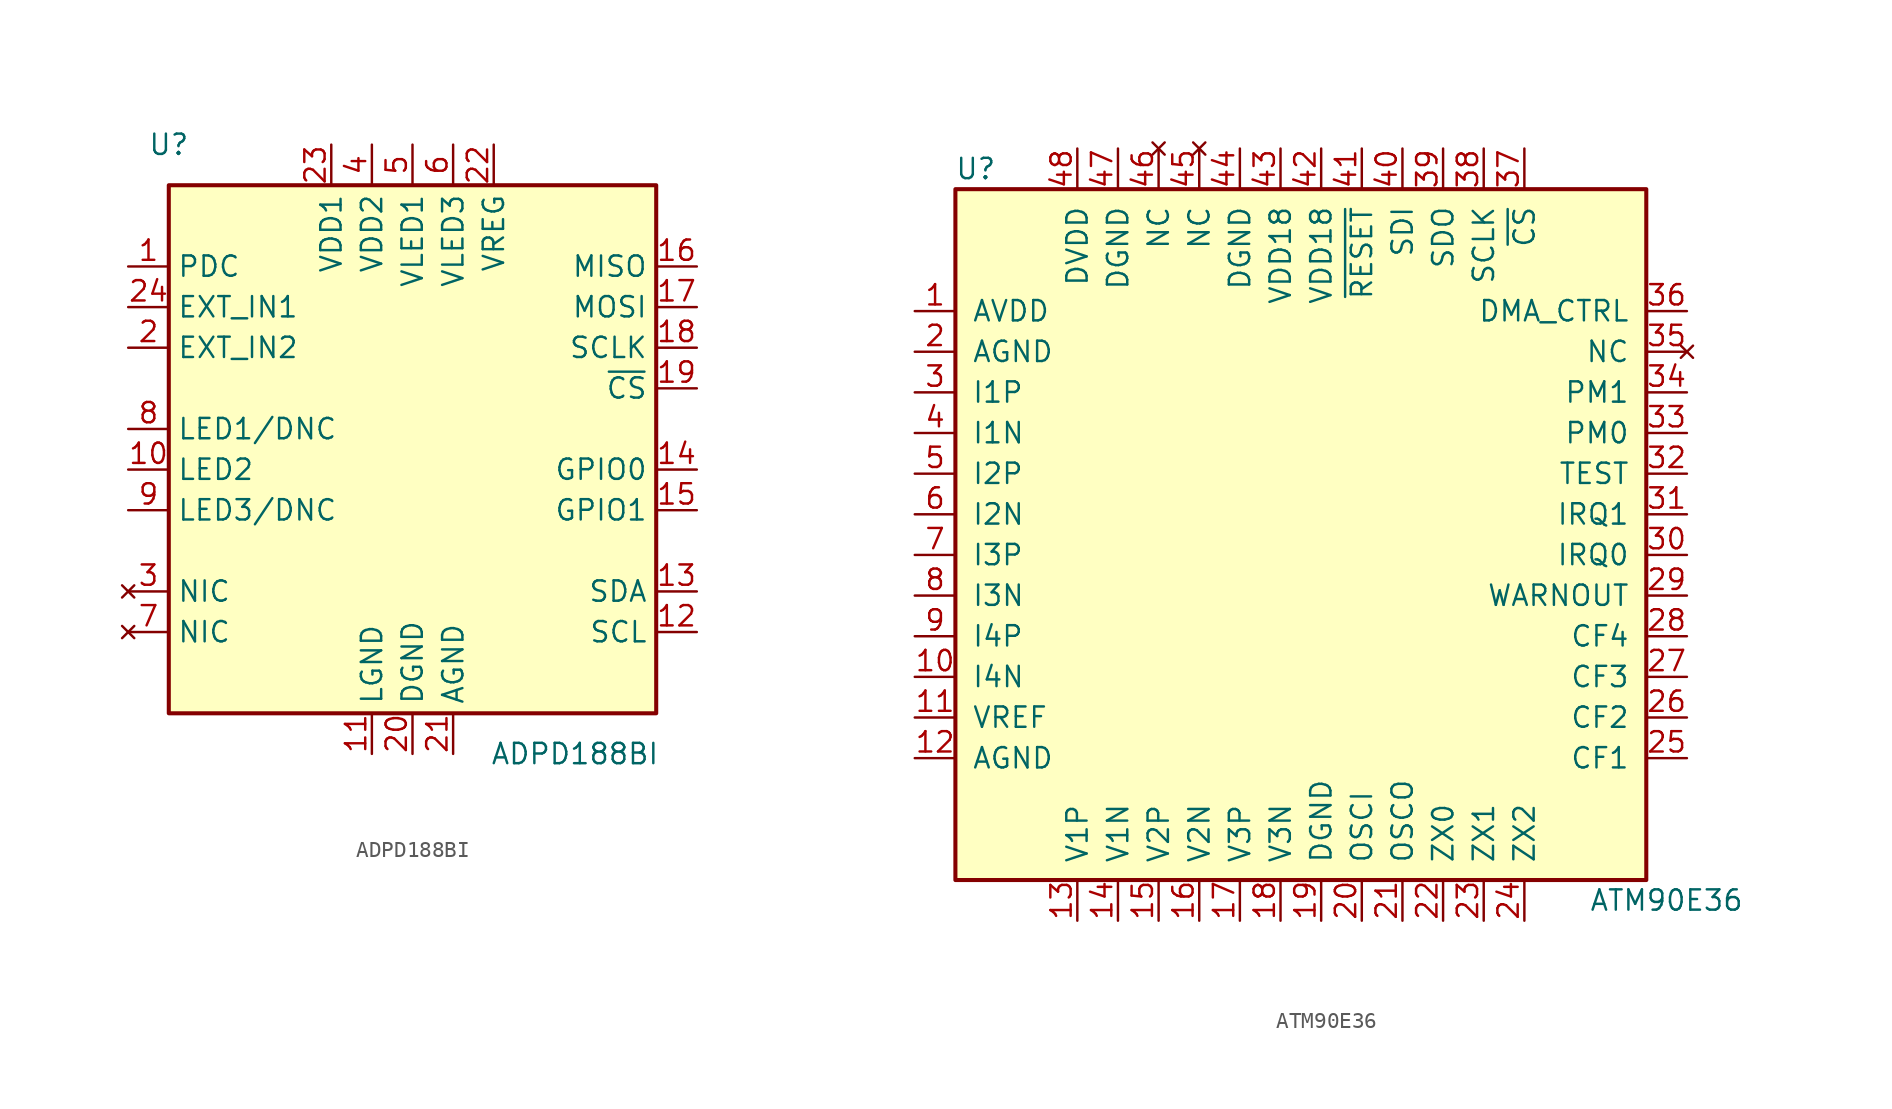
<source format=kicad_sym>
(kicad_symbol_lib
  (version 20231120)
  (generator "kicad_symbol_editor")
  (generator_version "8.0")
  (symbol "ADPD188BI"
    (property "Reference" "U"
      (at -15.24 20.32 0)
      (effects (font (size 1.27 1.27))))
    (property "Value" "ADPD188BI"
      (at 10.16 -17.78 0)
      (effects (font (size 1.27 1.27))))
    (symbol "ADPD188BI_0_1"
      (rectangle (start -15.24 17.78) (end 15.24 -15.24) (stroke (width 0.254) (type default)) (fill (type background))))
    (symbol "ADPD188BI_1_1"
      (pin output line (at -17.78 12.7 0) (length 2.54) (name "PDC" (effects (font (size 1.27 1.27)))) (number "1" (effects (font (size 1.27 1.27)))))
      (pin output line (at -17.78 0 0) (length 2.54) (name "LED2" (effects (font (size 1.27 1.27)))) (number "10" (effects (font (size 1.27 1.27)))))
      (pin power_in line (at -2.54 -17.78 90) (length 2.54) (name "LGND" (effects (font (size 1.27 1.27)))) (number "11" (effects (font (size 1.27 1.27)))))
      (pin input line (at 17.78 -10.16 180) (length 2.54) (name "SCL" (effects (font (size 1.27 1.27)))) (number "12" (effects (font (size 1.27 1.27)))))
      (pin bidirectional line (at 17.78 -7.62 180) (length 2.54) (name "SDA" (effects (font (size 1.27 1.27)))) (number "13" (effects (font (size 1.27 1.27)))))
      (pin bidirectional line (at 17.78 0 180) (length 2.54) (name "GPIO0" (effects (font (size 1.27 1.27)))) (number "14" (effects (font (size 1.27 1.27)))))
      (pin bidirectional line (at 17.78 -2.54 180) (length 2.54) (name "GPIO1" (effects (font (size 1.27 1.27)))) (number "15" (effects (font (size 1.27 1.27)))))
      (pin output line (at 17.78 12.7 180) (length 2.54) (name "MISO" (effects (font (size 1.27 1.27)))) (number "16" (effects (font (size 1.27 1.27)))))
      (pin input line (at 17.78 10.16 180) (length 2.54) (name "MOSI" (effects (font (size 1.27 1.27)))) (number "17" (effects (font (size 1.27 1.27)))))
      (pin input line (at 17.78 7.62 180) (length 2.54) (name "SCLK" (effects (font (size 1.27 1.27)))) (number "18" (effects (font (size 1.27 1.27)))))
      (pin input line (at 17.78 5.08 180) (length 2.54) (name "~{CS}" (effects (font (size 1.27 1.27)))) (number "19" (effects (font (size 1.27 1.27)))))
      (pin input line (at -17.78 7.62 0) (length 2.54) (name "EXT_IN2" (effects (font (size 1.27 1.27)))) (number "2" (effects (font (size 1.27 1.27)))))
      (pin power_in line (at 0 -17.78 90) (length 2.54) (name "DGND" (effects (font (size 1.27 1.27)))) (number "20" (effects (font (size 1.27 1.27)))))
      (pin power_in line (at 2.54 -17.78 90) (length 2.54) (name "AGND" (effects (font (size 1.27 1.27)))) (number "21" (effects (font (size 1.27 1.27)))))
      (pin power_out line (at 5.08 20.32 270) (length 2.54) (name "VREG" (effects (font (size 1.27 1.27)))) (number "22" (effects (font (size 1.27 1.27)))))
      (pin power_in line (at -5.08 20.32 270) (length 2.54) (name "VDD1" (effects (font (size 1.27 1.27)))) (number "23" (effects (font (size 1.27 1.27)))))
      (pin input line (at -17.78 10.16 0) (length 2.54) (name "EXT_IN1" (effects (font (size 1.27 1.27)))) (number "24" (effects (font (size 1.27 1.27)))))
      (pin no_connect line (at -17.78 -7.62 0) (length 2.54) (name "NIC" (effects (font (size 1.27 1.27)))) (number "3" (effects (font (size 1.27 1.27)))))
      (pin power_in line (at -2.54 20.32 270) (length 2.54) (name "VDD2" (effects (font (size 1.27 1.27)))) (number "4" (effects (font (size 1.27 1.27)))))
      (pin power_in line (at 0 20.32 270) (length 2.54) (name "VLED1" (effects (font (size 1.27 1.27)))) (number "5" (effects (font (size 1.27 1.27)))))
      (pin power_in line (at 2.54 20.32 270) (length 2.54) (name "VLED3" (effects (font (size 1.27 1.27)))) (number "6" (effects (font (size 1.27 1.27)))))
      (pin no_connect line (at -17.78 -10.16 0) (length 2.54) (name "NIC" (effects (font (size 1.27 1.27)))) (number "7" (effects (font (size 1.27 1.27)))))
      (pin output line (at -17.78 2.54 0) (length 2.54) (name "LED1/DNC" (effects (font (size 1.27 1.27)))) (number "8" (effects (font (size 1.27 1.27)))))
      (pin output line (at -17.78 -2.54 0) (length 2.54) (name "LED3/DNC" (effects (font (size 1.27 1.27)))) (number "9" (effects (font (size 1.27 1.27)))))))
  (symbol "ATM90E36"
    (pin_names
      (offset 1.016))
    (property "Reference" "U"
      (at -20.32 22.86 0)
      (effects (font (size 1.27 1.27))))
    (property "Value" "ATM90E36"
      (at 22.86 -22.86 0)
      (effects (font (size 1.27 1.27))))
    (symbol "ATM90E36_1_1"
      (rectangle (start -21.59 21.59) (end 21.59 -21.59) (stroke (width 0.254) (type default)) (fill (type background)))
      (pin power_in line (at -24.13 13.97 0) (length 2.54) (name "AVDD" (effects (font (size 1.27 1.27)))) (number "1" (effects (font (size 1.27 1.27)))))
      (pin input line (at -24.13 -8.89 0) (length 2.54) (name "I4N" (effects (font (size 1.27 1.27)))) (number "10" (effects (font (size 1.27 1.27)))))
      (pin output line (at -24.13 -11.43 0) (length 2.54) (name "VREF" (effects (font (size 1.27 1.27)))) (number "11" (effects (font (size 1.27 1.27)))))
      (pin power_in line (at -24.13 -13.97 0) (length 2.54) (name "AGND" (effects (font (size 1.27 1.27)))) (number "12" (effects (font (size 1.27 1.27)))))
      (pin input line (at -13.97 -24.13 90) (length 2.54) (name "V1P" (effects (font (size 1.27 1.27)))) (number "13" (effects (font (size 1.27 1.27)))))
      (pin input line (at -11.43 -24.13 90) (length 2.54) (name "V1N" (effects (font (size 1.27 1.27)))) (number "14" (effects (font (size 1.27 1.27)))))
      (pin input line (at -8.89 -24.13 90) (length 2.54) (name "V2P" (effects (font (size 1.27 1.27)))) (number "15" (effects (font (size 1.27 1.27)))))
      (pin input line (at -6.35 -24.13 90) (length 2.54) (name "V2N" (effects (font (size 1.27 1.27)))) (number "16" (effects (font (size 1.27 1.27)))))
      (pin input line (at -3.81 -24.13 90) (length 2.54) (name "V3P" (effects (font (size 1.27 1.27)))) (number "17" (effects (font (size 1.27 1.27)))))
      (pin input line (at -1.27 -24.13 90) (length 2.54) (name "V3N" (effects (font (size 1.27 1.27)))) (number "18" (effects (font (size 1.27 1.27)))))
      (pin power_in line (at 1.27 -24.13 90) (length 2.54) (name "DGND" (effects (font (size 1.27 1.27)))) (number "19" (effects (font (size 1.27 1.27)))))
      (pin power_in line (at -24.13 11.43 0) (length 2.54) (name "AGND" (effects (font (size 1.27 1.27)))) (number "2" (effects (font (size 1.27 1.27)))))
      (pin input line (at 3.81 -24.13 90) (length 2.54) (name "OSCI" (effects (font (size 1.27 1.27)))) (number "20" (effects (font (size 1.27 1.27)))))
      (pin output line (at 6.35 -24.13 90) (length 2.54) (name "OSCO" (effects (font (size 1.27 1.27)))) (number "21" (effects (font (size 1.27 1.27)))))
      (pin output line (at 8.89 -24.13 90) (length 2.54) (name "ZX0" (effects (font (size 1.27 1.27)))) (number "22" (effects (font (size 1.27 1.27)))))
      (pin output line (at 11.43 -24.13 90) (length 2.54) (name "ZX1" (effects (font (size 1.27 1.27)))) (number "23" (effects (font (size 1.27 1.27)))))
      (pin output line (at 13.97 -24.13 90) (length 2.54) (name "ZX2" (effects (font (size 1.27 1.27)))) (number "24" (effects (font (size 1.27 1.27)))))
      (pin output line (at 24.13 -13.97 180) (length 2.54) (name "CF1" (effects (font (size 1.27 1.27)))) (number "25" (effects (font (size 1.27 1.27)))))
      (pin output line (at 24.13 -11.43 180) (length 2.54) (name "CF2" (effects (font (size 1.27 1.27)))) (number "26" (effects (font (size 1.27 1.27)))))
      (pin output line (at 24.13 -8.89 180) (length 2.54) (name "CF3" (effects (font (size 1.27 1.27)))) (number "27" (effects (font (size 1.27 1.27)))))
      (pin output line (at 24.13 -6.35 180) (length 2.54) (name "CF4" (effects (font (size 1.27 1.27)))) (number "28" (effects (font (size 1.27 1.27)))))
      (pin output line (at 24.13 -3.81 180) (length 2.54) (name "WARNOUT" (effects (font (size 1.27 1.27)))) (number "29" (effects (font (size 1.27 1.27)))))
      (pin input line (at -24.13 8.89 0) (length 2.54) (name "I1P" (effects (font (size 1.27 1.27)))) (number "3" (effects (font (size 1.27 1.27)))))
      (pin output line (at 24.13 -1.27 180) (length 2.54) (name "IRQ0" (effects (font (size 1.27 1.27)))) (number "30" (effects (font (size 1.27 1.27)))))
      (pin output line (at 24.13 1.27 180) (length 2.54) (name "IRQ1" (effects (font (size 1.27 1.27)))) (number "31" (effects (font (size 1.27 1.27)))))
      (pin input line (at 24.13 3.81 180) (length 2.54) (name "TEST" (effects (font (size 1.27 1.27)))) (number "32" (effects (font (size 1.27 1.27)))))
      (pin input line (at 24.13 6.35 180) (length 2.54) (name "PM0" (effects (font (size 1.27 1.27)))) (number "33" (effects (font (size 1.27 1.27)))))
      (pin input line (at 24.13 8.89 180) (length 2.54) (name "PM1" (effects (font (size 1.27 1.27)))) (number "34" (effects (font (size 1.27 1.27)))))
      (pin no_connect line (at 24.13 11.43 180) (length 2.54) (name "NC" (effects (font (size 1.27 1.27)))) (number "35" (effects (font (size 1.27 1.27)))))
      (pin input line (at 24.13 13.97 180) (length 2.54) (name "DMA_CTRL" (effects (font (size 1.27 1.27)))) (number "36" (effects (font (size 1.27 1.27)))))
      (pin bidirectional line (at 13.97 24.13 270) (length 2.54) (name "~{CS}" (effects (font (size 1.27 1.27)))) (number "37" (effects (font (size 1.27 1.27)))))
      (pin bidirectional line (at 11.43 24.13 270) (length 2.54) (name "SCLK" (effects (font (size 1.27 1.27)))) (number "38" (effects (font (size 1.27 1.27)))))
      (pin bidirectional line (at 8.89 24.13 270) (length 2.54) (name "SDO" (effects (font (size 1.27 1.27)))) (number "39" (effects (font (size 1.27 1.27)))))
      (pin input line (at -24.13 6.35 0) (length 2.54) (name "I1N" (effects (font (size 1.27 1.27)))) (number "4" (effects (font (size 1.27 1.27)))))
      (pin bidirectional line (at 6.35 24.13 270) (length 2.54) (name "SDI" (effects (font (size 1.27 1.27)))) (number "40" (effects (font (size 1.27 1.27)))))
      (pin input line (at 3.81 24.13 270) (length 2.54) (name "~{RESET}" (effects (font (size 1.27 1.27)))) (number "41" (effects (font (size 1.27 1.27)))))
      (pin power_in line (at 1.27 24.13 270) (length 2.54) (name "VDD18" (effects (font (size 1.27 1.27)))) (number "42" (effects (font (size 1.27 1.27)))))
      (pin power_in line (at -1.27 24.13 270) (length 2.54) (name "VDD18" (effects (font (size 1.27 1.27)))) (number "43" (effects (font (size 1.27 1.27)))))
      (pin power_in line (at -3.81 24.13 270) (length 2.54) (name "DGND" (effects (font (size 1.27 1.27)))) (number "44" (effects (font (size 1.27 1.27)))))
      (pin no_connect line (at -6.35 24.13 270) (length 2.54) (name "NC" (effects (font (size 1.27 1.27)))) (number "45" (effects (font (size 1.27 1.27)))))
      (pin no_connect line (at -8.89 24.13 270) (length 2.54) (name "NC" (effects (font (size 1.27 1.27)))) (number "46" (effects (font (size 1.27 1.27)))))
      (pin power_in line (at -11.43 24.13 270) (length 2.54) (name "DGND" (effects (font (size 1.27 1.27)))) (number "47" (effects (font (size 1.27 1.27)))))
      (pin power_in line (at -13.97 24.13 270) (length 2.54) (name "DVDD" (effects (font (size 1.27 1.27)))) (number "48" (effects (font (size 1.27 1.27)))))
      (pin input line (at -24.13 3.81 0) (length 2.54) (name "I2P" (effects (font (size 1.27 1.27)))) (number "5" (effects (font (size 1.27 1.27)))))
      (pin input line (at -24.13 1.27 0) (length 2.54) (name "I2N" (effects (font (size 1.27 1.27)))) (number "6" (effects (font (size 1.27 1.27)))))
      (pin input line (at -24.13 -1.27 0) (length 2.54) (name "I3P" (effects (font (size 1.27 1.27)))) (number "7" (effects (font (size 1.27 1.27)))))
      (pin input line (at -24.13 -3.81 0) (length 2.54) (name "I3N" (effects (font (size 1.27 1.27)))) (number "8" (effects (font (size 1.27 1.27)))))
      (pin input line (at -24.13 -6.35 0) (length 2.54) (name "I4P" (effects (font (size 1.27 1.27)))) (number "9" (effects (font (size 1.27 1.27))))))))
</source>
